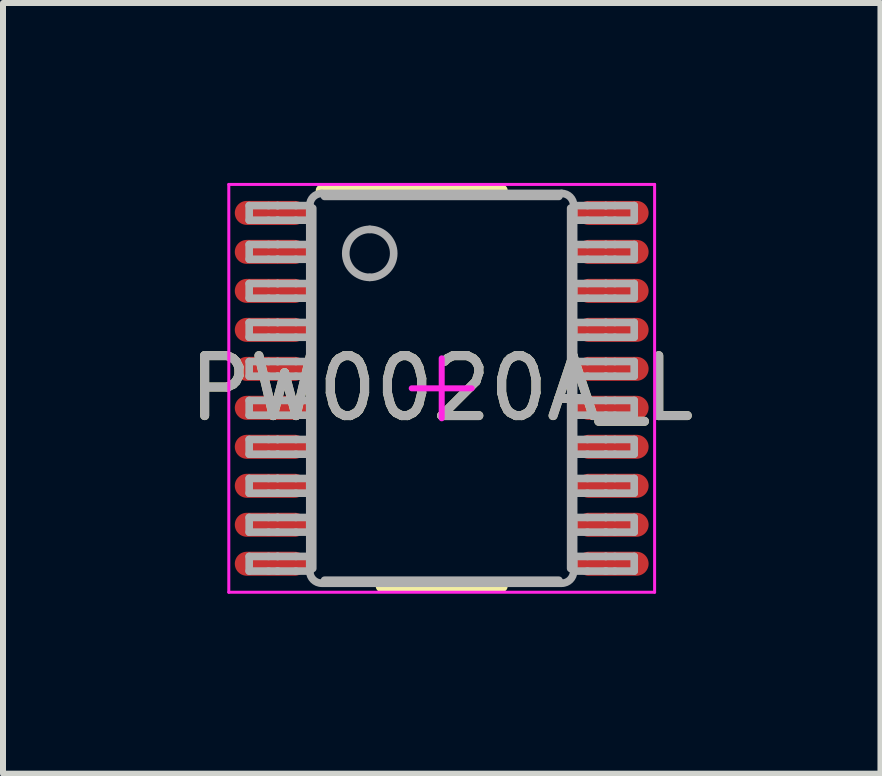
<source format=kicad_pcb>
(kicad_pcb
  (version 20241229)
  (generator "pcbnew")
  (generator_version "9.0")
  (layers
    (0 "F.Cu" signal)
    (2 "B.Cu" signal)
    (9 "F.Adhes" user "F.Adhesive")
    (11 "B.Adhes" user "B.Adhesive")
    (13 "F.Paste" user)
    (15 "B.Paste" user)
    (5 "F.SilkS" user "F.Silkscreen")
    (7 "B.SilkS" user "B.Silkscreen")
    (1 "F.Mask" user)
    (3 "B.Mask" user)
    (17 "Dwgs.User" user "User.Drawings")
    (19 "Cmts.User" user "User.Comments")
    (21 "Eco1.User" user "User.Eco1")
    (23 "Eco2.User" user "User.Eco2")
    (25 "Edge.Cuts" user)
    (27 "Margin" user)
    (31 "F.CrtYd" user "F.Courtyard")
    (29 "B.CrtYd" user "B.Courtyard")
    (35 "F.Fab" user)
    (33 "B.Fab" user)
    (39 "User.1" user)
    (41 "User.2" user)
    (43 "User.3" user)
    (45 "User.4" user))
  (footprint "PW0020A_L"
    (layer "F.Cu")
    (at 4.315 3.425)
    (property "Reference" "PW0020A_L" (at 0 0 0) (unlocked yes) (layer "F.SilkS") (effects (font (size 1 1) (thickness 0.15))))
    (attr smd)
    (fp_line (start -2 -3.3) (end 1 -3.3) (stroke (width 0.2) (type solid)) (layer "F.SilkS"))
    (fp_line (start -1 3.3) (end 1 3.3) (stroke (width 0.2) (type solid)) (layer "F.SilkS"))
    (fp_line (start -3.55 -3.4) (end 3.55 -3.4) (stroke (width 0.05) (type solid)) (layer "F.CrtYd"))
    (fp_line (start -3.55 3.4) (end -3.55 -3.4) (stroke (width 0.05) (type solid)) (layer "F.CrtYd"))
    (fp_line (start -3.55 3.4) (end 3.55 3.4) (stroke (width 0.05) (type solid)) (layer "F.CrtYd"))
    (fp_line (start -0.5 0) (end 0.5 0) (stroke (width 0.1) (type solid)) (layer "F.CrtYd"))
    (fp_line (start 0 0.5) (end 0 -0.5) (stroke (width 0.1) (type solid)) (layer "F.CrtYd"))
    (fp_line (start 3.55 3.4) (end 3.55 -3.4) (stroke (width 0.05) (type solid)) (layer "F.CrtYd"))
    (fp_line (start -3.21 -3.047) (end -2.887 -3.047) (stroke (width 0.127) (type solid)) (layer "F.Fab"))
    (fp_line (start -3.21 -2.803) (end -3.21 -3.047) (stroke (width 0.127) (type solid)) (layer "F.Fab"))
    (fp_line (start -3.21 -2.803) (end -2.887 -2.803) (stroke (width 0.127) (type solid)) (layer "F.Fab"))
    (fp_line (start -3.21 -2.398) (end -2.887 -2.398) (stroke (width 0.127) (type solid)) (layer "F.Fab"))
    (fp_line (start -3.21 -2.152) (end -3.21 -2.398) (stroke (width 0.127) (type solid)) (layer "F.Fab"))
    (fp_line (start -3.21 -2.152) (end -2.887 -2.152) (stroke (width 0.127) (type solid)) (layer "F.Fab"))
    (fp_line (start -3.21 -1.747) (end -2.887 -1.747) (stroke (width 0.127) (type solid)) (layer "F.Fab"))
    (fp_line (start -3.21 -1.503) (end -3.21 -1.747) (stroke (width 0.127) (type solid)) (layer "F.Fab"))
    (fp_line (start -3.21 -1.503) (end -2.887 -1.503) (stroke (width 0.127) (type solid)) (layer "F.Fab"))
    (fp_line (start -3.21 -1.098) (end -2.887 -1.098) (stroke (width 0.127) (type solid)) (layer "F.Fab"))
    (fp_line (start -3.21 -0.852) (end -3.21 -1.098) (stroke (width 0.127) (type solid)) (layer "F.Fab"))
    (fp_line (start -3.21 -0.852) (end -2.887 -0.852) (stroke (width 0.127) (type solid)) (layer "F.Fab"))
    (fp_line (start -3.21 -0.447) (end -2.887 -0.447) (stroke (width 0.127) (type solid)) (layer "F.Fab"))
    (fp_line (start -3.21 -0.202) (end -3.21 -0.447) (stroke (width 0.127) (type solid)) (layer "F.Fab"))
    (fp_line (start -3.21 -0.202) (end -2.887 -0.202) (stroke (width 0.127) (type solid)) (layer "F.Fab"))
    (fp_line (start -3.21 0.202) (end -2.887 0.202) (stroke (width 0.127) (type solid)) (layer "F.Fab"))
    (fp_line (start -3.21 0.448) (end -3.21 0.202) (stroke (width 0.127) (type solid)) (layer "F.Fab"))
    (fp_line (start -3.21 0.448) (end -2.887 0.448) (stroke (width 0.127) (type solid)) (layer "F.Fab"))
    (fp_line (start -3.21 0.853) (end -2.887 0.853) (stroke (width 0.127) (type solid)) (layer "F.Fab"))
    (fp_line (start -3.21 1.098) (end -3.21 0.853) (stroke (width 0.127) (type solid)) (layer "F.Fab"))
    (fp_line (start -3.21 1.098) (end -2.887 1.098) (stroke (width 0.127) (type solid)) (layer "F.Fab"))
    (fp_line (start -3.21 1.503) (end -2.887 1.503) (stroke (width 0.127) (type solid)) (layer "F.Fab"))
    (fp_line (start -3.21 1.748) (end -3.21 1.503) (stroke (width 0.127) (type solid)) (layer "F.Fab"))
    (fp_line (start -3.21 1.748) (end -2.887 1.748) (stroke (width 0.127) (type solid)) (layer "F.Fab"))
    (fp_line (start -3.21 2.153) (end -2.887 2.153) (stroke (width 0.127) (type solid)) (layer "F.Fab"))
    (fp_line (start -3.21 2.398) (end -3.21 2.153) (stroke (width 0.127) (type solid)) (layer "F.Fab"))
    (fp_line (start -3.21 2.398) (end -2.887 2.398) (stroke (width 0.127) (type solid)) (layer "F.Fab"))
    (fp_line (start -3.21 2.803) (end -2.887 2.803) (stroke (width 0.127) (type solid)) (layer "F.Fab"))
    (fp_line (start -3.21 3.047) (end -3.21 2.803) (stroke (width 0.127) (type solid)) (layer "F.Fab"))
    (fp_line (start -3.21 3.047) (end -2.887 3.047) (stroke (width 0.127) (type solid)) (layer "F.Fab"))
    (fp_line (start -2.887 -3.047) (end -2.739 -3.047) (stroke (width 0.127) (type solid)) (layer "F.Fab"))
    (fp_line (start -2.887 -2.803) (end -2.739 -2.803) (stroke (width 0.127) (type solid)) (layer "F.Fab"))
    (fp_line (start -2.887 -2.398) (end -2.739 -2.398) (stroke (width 0.127) (type solid)) (layer "F.Fab"))
    (fp_line (start -2.887 -2.152) (end -2.739 -2.152) (stroke (width 0.127) (type solid)) (layer "F.Fab"))
    (fp_line (start -2.887 -1.747) (end -2.739 -1.747) (stroke (width 0.127) (type solid)) (layer "F.Fab"))
    (fp_line (start -2.887 -1.503) (end -2.739 -1.503) (stroke (width 0.127) (type solid)) (layer "F.Fab"))
    (fp_line (start -2.887 -1.098) (end -2.739 -1.098) (stroke (width 0.127) (type solid)) (layer "F.Fab"))
    (fp_line (start -2.887 -0.852) (end -2.739 -0.852) (stroke (width 0.127) (type solid)) (layer "F.Fab"))
    (fp_line (start -2.887 -0.447) (end -2.739 -0.447) (stroke (width 0.127) (type solid)) (layer "F.Fab"))
    (fp_line (start -2.887 -0.202) (end -2.739 -0.202) (stroke (width 0.127) (type solid)) (layer "F.Fab"))
    (fp_line (start -2.887 0.202) (end -2.739 0.202) (stroke (width 0.127) (type solid)) (layer "F.Fab"))
    (fp_line (start -2.887 0.448) (end -2.739 0.448) (stroke (width 0.127) (type solid)) (layer "F.Fab"))
    (fp_line (start -2.887 0.853) (end -2.739 0.853) (stroke (width 0.127) (type solid)) (layer "F.Fab"))
    (fp_line (start -2.887 1.098) (end -2.739 1.098) (stroke (width 0.127) (type solid)) (layer "F.Fab"))
    (fp_line (start -2.887 1.503) (end -2.739 1.503) (stroke (width 0.127) (type solid)) (layer "F.Fab"))
    (fp_line (start -2.887 1.748) (end -2.739 1.748) (stroke (width 0.127) (type solid)) (layer "F.Fab"))
    (fp_line (start -2.887 2.153) (end -2.739 2.153) (stroke (width 0.127) (type solid)) (layer "F.Fab"))
    (fp_line (start -2.887 2.398) (end -2.739 2.398) (stroke (width 0.127) (type solid)) (layer "F.Fab"))
    (fp_line (start -2.887 2.803) (end -2.739 2.803) (stroke (width 0.127) (type solid)) (layer "F.Fab"))
    (fp_line (start -2.887 3.047) (end -2.739 3.047) (stroke (width 0.127) (type solid)) (layer "F.Fab"))
    (fp_line (start -2.739 -3.047) (end -2.733 -3.047) (stroke (width 0.127) (type solid)) (layer "F.Fab"))
    (fp_line (start -2.739 -2.803) (end -2.733 -2.803) (stroke (width 0.127) (type solid)) (layer "F.Fab"))
    (fp_line (start -2.739 -2.398) (end -2.733 -2.398) (stroke (width 0.127) (type solid)) (layer "F.Fab"))
    (fp_line (start -2.739 -2.152) (end -2.733 -2.152) (stroke (width 0.127) (type solid)) (layer "F.Fab"))
    (fp_line (start -2.739 -1.747) (end -2.733 -1.747) (stroke (width 0.127) (type solid)) (layer "F.Fab"))
    (fp_line (start -2.739 -1.503) (end -2.733 -1.503) (stroke (width 0.127) (type solid)) (layer "F.Fab"))
    (fp_line (start -2.739 -1.098) (end -2.733 -1.098) (stroke (width 0.127) (type solid)) (layer "F.Fab"))
    (fp_line (start -2.739 -0.852) (end -2.733 -0.852) (stroke (width 0.127) (type solid)) (layer "F.Fab"))
    (fp_line (start -2.739 -0.447) (end -2.733 -0.447) (stroke (width 0.127) (type solid)) (layer "F.Fab"))
    (fp_line (start -2.739 -0.202) (end -2.733 -0.202) (stroke (width 0.127) (type solid)) (layer "F.Fab"))
    (fp_line (start -2.739 0.202) (end -2.733 0.202) (stroke (width 0.127) (type solid)) (layer "F.Fab"))
    (fp_line (start -2.739 0.448) (end -2.733 0.448) (stroke (width 0.127) (type solid)) (layer "F.Fab"))
    (fp_line (start -2.739 0.853) (end -2.733 0.853) (stroke (width 0.127) (type solid)) (layer "F.Fab"))
    (fp_line (start -2.739 1.098) (end -2.733 1.098) (stroke (width 0.127) (type solid)) (layer "F.Fab"))
    (fp_line (start -2.739 1.503) (end -2.733 1.503) (stroke (width 0.127) (type solid)) (layer "F.Fab"))
    (fp_line (start -2.739 1.748) (end -2.733 1.748) (stroke (width 0.127) (type solid)) (layer "F.Fab"))
    (fp_line (start -2.739 2.153) (end -2.733 2.153) (stroke (width 0.127) (type solid)) (layer "F.Fab"))
    (fp_line (start -2.739 2.398) (end -2.733 2.398) (stroke (width 0.127) (type solid)) (layer "F.Fab"))
    (fp_line (start -2.739 2.803) (end -2.733 2.803) (stroke (width 0.127) (type solid)) (layer "F.Fab"))
    (fp_line (start -2.739 3.047) (end -2.733 3.047) (stroke (width 0.127) (type solid)) (layer "F.Fab"))
    (fp_line (start -2.733 -3.047) (end -2.431 -3.047) (stroke (width 0.127) (type solid)) (layer "F.Fab"))
    (fp_line (start -2.733 -2.803) (end -2.431 -2.803) (stroke (width 0.127) (type solid)) (layer "F.Fab"))
    (fp_line (start -2.733 -2.398) (end -2.431 -2.398) (stroke (width 0.127) (type solid)) (layer "F.Fab"))
    (fp_line (start -2.733 -2.152) (end -2.431 -2.152) (stroke (width 0.127) (type solid)) (layer "F.Fab"))
    (fp_line (start -2.733 -1.747) (end -2.431 -1.747) (stroke (width 0.127) (type solid)) (layer "F.Fab"))
    (fp_line (start -2.733 -1.503) (end -2.431 -1.503) (stroke (width 0.127) (type solid)) (layer "F.Fab"))
    (fp_line (start -2.733 -1.098) (end -2.431 -1.098) (stroke (width 0.127) (type solid)) (layer "F.Fab"))
    (fp_line (start -2.733 -0.852) (end -2.431 -0.852) (stroke (width 0.127) (type solid)) (layer "F.Fab"))
    (fp_line (start -2.733 -0.447) (end -2.431 -0.447) (stroke (width 0.127) (type solid)) (layer "F.Fab"))
    (fp_line (start -2.733 -0.202) (end -2.431 -0.202) (stroke (width 0.127) (type solid)) (layer "F.Fab"))
    (fp_line (start -2.733 0.202) (end -2.431 0.202) (stroke (width 0.127) (type solid)) (layer "F.Fab"))
    (fp_line (start -2.733 0.448) (end -2.431 0.448) (stroke (width 0.127) (type solid)) (layer "F.Fab"))
    (fp_line (start -2.733 0.853) (end -2.431 0.853) (stroke (width 0.127) (type solid)) (layer "F.Fab"))
    (fp_line (start -2.733 1.098) (end -2.431 1.098) (stroke (width 0.127) (type solid)) (layer "F.Fab"))
    (fp_line (start -2.733 1.503) (end -2.431 1.503) (stroke (width 0.127) (type solid)) (layer "F.Fab"))
    (fp_line (start -2.733 1.748) (end -2.431 1.748) (stroke (width 0.127) (type solid)) (layer "F.Fab"))
    (fp_line (start -2.733 2.153) (end -2.431 2.153) (stroke (width 0.127) (type solid)) (layer "F.Fab"))
    (fp_line (start -2.733 2.398) (end -2.431 2.398) (stroke (width 0.127) (type solid)) (layer "F.Fab"))
    (fp_line (start -2.733 2.803) (end -2.431 2.803) (stroke (width 0.127) (type solid)) (layer "F.Fab"))
    (fp_line (start -2.733 3.047) (end -2.431 3.047) (stroke (width 0.127) (type solid)) (layer "F.Fab"))
    (fp_line (start -2.431 -3.047) (end -2.2 -3.047) (stroke (width 0.127) (type solid)) (layer "F.Fab"))
    (fp_line (start -2.431 -2.803) (end -2.2 -2.803) (stroke (width 0.127) (type solid)) (layer "F.Fab"))
    (fp_line (start -2.431 -2.398) (end -2.2 -2.398) (stroke (width 0.127) (type solid)) (layer "F.Fab"))
    (fp_line (start -2.431 -2.152) (end -2.2 -2.152) (stroke (width 0.127) (type solid)) (layer "F.Fab"))
    (fp_line (start -2.431 -1.747) (end -2.2 -1.747) (stroke (width 0.127) (type solid)) (layer "F.Fab"))
    (fp_line (start -2.431 -1.503) (end -2.2 -1.503) (stroke (width 0.127) (type solid)) (layer "F.Fab"))
    (fp_line (start -2.431 -1.098) (end -2.2 -1.098) (stroke (width 0.127) (type solid)) (layer "F.Fab"))
    (fp_line (start -2.431 -0.852) (end -2.2 -0.852) (stroke (width 0.127) (type solid)) (layer "F.Fab"))
    (fp_line (start -2.431 -0.447) (end -2.2 -0.447) (stroke (width 0.127) (type solid)) (layer "F.Fab"))
    (fp_line (start -2.431 -0.202) (end -2.2 -0.202) (stroke (width 0.127) (type solid)) (layer "F.Fab"))
    (fp_line (start -2.431 0.202) (end -2.2 0.202) (stroke (width 0.127) (type solid)) (layer "F.Fab"))
    (fp_line (start -2.431 0.448) (end -2.2 0.448) (stroke (width 0.127) (type solid)) (layer "F.Fab"))
    (fp_line (start -2.431 0.853) (end -2.2 0.853) (stroke (width 0.127) (type solid)) (layer "F.Fab"))
    (fp_line (start -2.431 1.098) (end -2.2 1.098) (stroke (width 0.127) (type solid)) (layer "F.Fab"))
    (fp_line (start -2.431 1.503) (end -2.2 1.503) (stroke (width 0.127) (type solid)) (layer "F.Fab"))
    (fp_line (start -2.431 1.748) (end -2.2 1.748) (stroke (width 0.127) (type solid)) (layer "F.Fab"))
    (fp_line (start -2.431 2.153) (end -2.2 2.153) (stroke (width 0.127) (type solid)) (layer "F.Fab"))
    (fp_line (start -2.431 2.398) (end -2.2 2.398) (stroke (width 0.127) (type solid)) (layer "F.Fab"))
    (fp_line (start -2.431 2.803) (end -2.2 2.803) (stroke (width 0.127) (type solid)) (layer "F.Fab"))
    (fp_line (start -2.431 3.047) (end -2.2 3.047) (stroke (width 0.127) (type solid)) (layer "F.Fab"))
    (fp_line (start -2.2 -2.803) (end -2.2 -3.047) (stroke (width 0.127) (type solid)) (layer "F.Fab"))
    (fp_line (start -2.2 -2.152) (end -2.2 -2.398) (stroke (width 0.127) (type solid)) (layer "F.Fab"))
    (fp_line (start -2.2 -1.503) (end -2.2 -1.747) (stroke (width 0.127) (type solid)) (layer "F.Fab"))
    (fp_line (start -2.2 -0.852) (end -2.2 -1.098) (stroke (width 0.127) (type solid)) (layer "F.Fab"))
    (fp_line (start -2.2 -0.202) (end -2.2 -0.447) (stroke (width 0.127) (type solid)) (layer "F.Fab"))
    (fp_line (start -2.2 0.448) (end -2.2 0.202) (stroke (width 0.127) (type solid)) (layer "F.Fab"))
    (fp_line (start -2.2 1.098) (end -2.2 0.853) (stroke (width 0.127) (type solid)) (layer "F.Fab"))
    (fp_line (start -2.2 1.748) (end -2.2 1.503) (stroke (width 0.127) (type solid)) (layer "F.Fab"))
    (fp_line (start -2.2 2.398) (end -2.2 2.153) (stroke (width 0.127) (type solid)) (layer "F.Fab"))
    (fp_line (start -2.2 3.047) (end -2.2 2.803) (stroke (width 0.127) (type solid)) (layer "F.Fab"))
    (fp_line (start -2.2 3.05) (end -2.2 -3.05) (stroke (width 0.127) (type solid)) (layer "F.Fab"))
    (fp_line (start -2.15 3.004) (end -2.15 -3.004) (stroke (width 0.127) (type solid)) (layer "F.Fab"))
    (fp_line (start -2 -3.25) (end 2 -3.25) (stroke (width 0.127) (type solid)) (layer "F.Fab"))
    (fp_line (start -2 3.25) (end 2 3.25) (stroke (width 0.127) (type solid)) (layer "F.Fab"))
    (fp_line (start -1.954 -3.2) (end 1.954 -3.2) (stroke (width 0.127) (type solid)) (layer "F.Fab"))
    (fp_line (start -1.954 3.2) (end 1.954 3.2) (stroke (width 0.127) (type solid)) (layer "F.Fab"))
    (fp_line (start 2.15 3.004) (end 2.15 -3.004) (stroke (width 0.127) (type solid)) (layer "F.Fab"))
    (fp_line (start 2.2 -3.047) (end 2.43 -3.047) (stroke (width 0.127) (type solid)) (layer "F.Fab"))
    (fp_line (start 2.2 -2.803) (end 2.2 -3.047) (stroke (width 0.127) (type solid)) (layer "F.Fab"))
    (fp_line (start 2.2 -2.803) (end 2.43 -2.803) (stroke (width 0.127) (type solid)) (layer "F.Fab"))
    (fp_line (start 2.2 -2.398) (end 2.43 -2.398) (stroke (width 0.127) (type solid)) (layer "F.Fab"))
    (fp_line (start 2.2 -2.152) (end 2.2 -2.398) (stroke (width 0.127) (type solid)) (layer "F.Fab"))
    (fp_line (start 2.2 -2.152) (end 2.43 -2.152) (stroke (width 0.127) (type solid)) (layer "F.Fab"))
    (fp_line (start 2.2 -1.747) (end 2.43 -1.747) (stroke (width 0.127) (type solid)) (layer "F.Fab"))
    (fp_line (start 2.2 -1.503) (end 2.2 -1.747) (stroke (width 0.127) (type solid)) (layer "F.Fab"))
    (fp_line (start 2.2 -1.503) (end 2.43 -1.503) (stroke (width 0.127) (type solid)) (layer "F.Fab"))
    (fp_line (start 2.2 -1.098) (end 2.43 -1.098) (stroke (width 0.127) (type solid)) (layer "F.Fab"))
    (fp_line (start 2.2 -0.852) (end 2.2 -1.098) (stroke (width 0.127) (type solid)) (layer "F.Fab"))
    (fp_line (start 2.2 -0.852) (end 2.43 -0.852) (stroke (width 0.127) (type solid)) (layer "F.Fab"))
    (fp_line (start 2.2 -0.447) (end 2.43 -0.447) (stroke (width 0.127) (type solid)) (layer "F.Fab"))
    (fp_line (start 2.2 -0.202) (end 2.2 -0.447) (stroke (width 0.127) (type solid)) (layer "F.Fab"))
    (fp_line (start 2.2 -0.202) (end 2.43 -0.202) (stroke (width 0.127) (type solid)) (layer "F.Fab"))
    (fp_line (start 2.2 0.202) (end 2.43 0.202) (stroke (width 0.127) (type solid)) (layer "F.Fab"))
    (fp_line (start 2.2 0.448) (end 2.2 0.202) (stroke (width 0.127) (type solid)) (layer "F.Fab"))
    (fp_line (start 2.2 0.448) (end 2.43 0.448) (stroke (width 0.127) (type solid)) (layer "F.Fab"))
    (fp_line (start 2.2 0.853) (end 2.43 0.853) (stroke (width 0.127) (type solid)) (layer "F.Fab"))
    (fp_line (start 2.2 1.098) (end 2.2 0.853) (stroke (width 0.127) (type solid)) (layer "F.Fab"))
    (fp_line (start 2.2 1.098) (end 2.43 1.098) (stroke (width 0.127) (type solid)) (layer "F.Fab"))
    (fp_line (start 2.2 1.503) (end 2.43 1.503) (stroke (width 0.127) (type solid)) (layer "F.Fab"))
    (fp_line (start 2.2 1.748) (end 2.2 1.503) (stroke (width 0.127) (type solid)) (layer "F.Fab"))
    (fp_line (start 2.2 1.748) (end 2.43 1.748) (stroke (width 0.127) (type solid)) (layer "F.Fab"))
    (fp_line (start 2.2 2.153) (end 2.43 2.153) (stroke (width 0.127) (type solid)) (layer "F.Fab"))
    (fp_line (start 2.2 2.398) (end 2.2 2.153) (stroke (width 0.127) (type solid)) (layer "F.Fab"))
    (fp_line (start 2.2 2.398) (end 2.43 2.398) (stroke (width 0.127) (type solid)) (layer "F.Fab"))
    (fp_line (start 2.2 2.803) (end 2.43 2.803) (stroke (width 0.127) (type solid)) (layer "F.Fab"))
    (fp_line (start 2.2 3.047) (end 2.2 2.803) (stroke (width 0.127) (type solid)) (layer "F.Fab"))
    (fp_line (start 2.2 3.047) (end 2.43 3.047) (stroke (width 0.127) (type solid)) (layer "F.Fab"))
    (fp_line (start 2.2 3.05) (end 2.2 -3.05) (stroke (width 0.127) (type solid)) (layer "F.Fab"))
    (fp_line (start 2.43 -3.047) (end 2.733 -3.047) (stroke (width 0.127) (type solid)) (layer "F.Fab"))
    (fp_line (start 2.43 -2.803) (end 2.733 -2.803) (stroke (width 0.127) (type solid)) (layer "F.Fab"))
    (fp_line (start 2.43 -2.398) (end 2.733 -2.398) (stroke (width 0.127) (type solid)) (layer "F.Fab"))
    (fp_line (start 2.43 -2.152) (end 2.733 -2.152) (stroke (width 0.127) (type solid)) (layer "F.Fab"))
    (fp_line (start 2.43 -1.747) (end 2.733 -1.747) (stroke (width 0.127) (type solid)) (layer "F.Fab"))
    (fp_line (start 2.43 -1.503) (end 2.733 -1.503) (stroke (width 0.127) (type solid)) (layer "F.Fab"))
    (fp_line (start 2.43 -1.098) (end 2.733 -1.098) (stroke (width 0.127) (type solid)) (layer "F.Fab"))
    (fp_line (start 2.43 -0.852) (end 2.733 -0.852) (stroke (width 0.127) (type solid)) (layer "F.Fab"))
    (fp_line (start 2.43 -0.447) (end 2.733 -0.447) (stroke (width 0.127) (type solid)) (layer "F.Fab"))
    (fp_line (start 2.43 -0.202) (end 2.733 -0.202) (stroke (width 0.127) (type solid)) (layer "F.Fab"))
    (fp_line (start 2.43 0.202) (end 2.733 0.202) (stroke (width 0.127) (type solid)) (layer "F.Fab"))
    (fp_line (start 2.43 0.448) (end 2.733 0.448) (stroke (width 0.127) (type solid)) (layer "F.Fab"))
    (fp_line (start 2.43 0.853) (end 2.733 0.853) (stroke (width 0.127) (type solid)) (layer "F.Fab"))
    (fp_line (start 2.43 1.098) (end 2.733 1.098) (stroke (width 0.127) (type solid)) (layer "F.Fab"))
    (fp_line (start 2.43 1.503) (end 2.733 1.503) (stroke (width 0.127) (type solid)) (layer "F.Fab"))
    (fp_line (start 2.43 1.748) (end 2.733 1.748) (stroke (width 0.127) (type solid)) (layer "F.Fab"))
    (fp_line (start 2.43 2.153) (end 2.733 2.153) (stroke (width 0.127) (type solid)) (layer "F.Fab"))
    (fp_line (start 2.43 2.398) (end 2.733 2.398) (stroke (width 0.127) (type solid)) (layer "F.Fab"))
    (fp_line (start 2.43 2.803) (end 2.733 2.803) (stroke (width 0.127) (type solid)) (layer "F.Fab"))
    (fp_line (start 2.43 3.047) (end 2.733 3.047) (stroke (width 0.127) (type solid)) (layer "F.Fab"))
    (fp_line (start 2.733 -3.047) (end 2.739 -3.047) (stroke (width 0.127) (type solid)) (layer "F.Fab"))
    (fp_line (start 2.733 -2.803) (end 2.739 -2.803) (stroke (width 0.127) (type solid)) (layer "F.Fab"))
    (fp_line (start 2.733 -2.398) (end 2.739 -2.398) (stroke (width 0.127) (type solid)) (layer "F.Fab"))
    (fp_line (start 2.733 -2.152) (end 2.739 -2.152) (stroke (width 0.127) (type solid)) (layer "F.Fab"))
    (fp_line (start 2.733 -1.747) (end 2.739 -1.747) (stroke (width 0.127) (type solid)) (layer "F.Fab"))
    (fp_line (start 2.733 -1.503) (end 2.739 -1.503) (stroke (width 0.127) (type solid)) (layer "F.Fab"))
    (fp_line (start 2.733 -1.098) (end 2.739 -1.098) (stroke (width 0.127) (type solid)) (layer "F.Fab"))
    (fp_line (start 2.733 -0.852) (end 2.739 -0.852) (stroke (width 0.127) (type solid)) (layer "F.Fab"))
    (fp_line (start 2.733 -0.447) (end 2.739 -0.447) (stroke (width 0.127) (type solid)) (layer "F.Fab"))
    (fp_line (start 2.733 -0.202) (end 2.739 -0.202) (stroke (width 0.127) (type solid)) (layer "F.Fab"))
    (fp_line (start 2.733 0.202) (end 2.739 0.202) (stroke (width 0.127) (type solid)) (layer "F.Fab"))
    (fp_line (start 2.733 0.448) (end 2.739 0.448) (stroke (width 0.127) (type solid)) (layer "F.Fab"))
    (fp_line (start 2.733 0.853) (end 2.739 0.853) (stroke (width 0.127) (type solid)) (layer "F.Fab"))
    (fp_line (start 2.733 1.098) (end 2.739 1.098) (stroke (width 0.127) (type solid)) (layer "F.Fab"))
    (fp_line (start 2.733 1.503) (end 2.739 1.503) (stroke (width 0.127) (type solid)) (layer "F.Fab"))
    (fp_line (start 2.733 1.748) (end 2.739 1.748) (stroke (width 0.127) (type solid)) (layer "F.Fab"))
    (fp_line (start 2.733 2.153) (end 2.739 2.153) (stroke (width 0.127) (type solid)) (layer "F.Fab"))
    (fp_line (start 2.733 2.398) (end 2.739 2.398) (stroke (width 0.127) (type solid)) (layer "F.Fab"))
    (fp_line (start 2.733 2.803) (end 2.739 2.803) (stroke (width 0.127) (type solid)) (layer "F.Fab"))
    (fp_line (start 2.733 3.047) (end 2.739 3.047) (stroke (width 0.127) (type solid)) (layer "F.Fab"))
    (fp_line (start 2.739 -3.047) (end 2.887 -3.047) (stroke (width 0.127) (type solid)) (layer "F.Fab"))
    (fp_line (start 2.739 -2.803) (end 2.887 -2.803) (stroke (width 0.127) (type solid)) (layer "F.Fab"))
    (fp_line (start 2.739 -2.398) (end 2.887 -2.398) (stroke (width 0.127) (type solid)) (layer "F.Fab"))
    (fp_line (start 2.739 -2.152) (end 2.887 -2.152) (stroke (width 0.127) (type solid)) (layer "F.Fab"))
    (fp_line (start 2.739 -1.747) (end 2.887 -1.747) (stroke (width 0.127) (type solid)) (layer "F.Fab"))
    (fp_line (start 2.739 -1.503) (end 2.887 -1.503) (stroke (width 0.127) (type solid)) (layer "F.Fab"))
    (fp_line (start 2.739 -1.098) (end 2.887 -1.098) (stroke (width 0.127) (type solid)) (layer "F.Fab"))
    (fp_line (start 2.739 -0.852) (end 2.887 -0.852) (stroke (width 0.127) (type solid)) (layer "F.Fab"))
    (fp_line (start 2.739 -0.447) (end 2.887 -0.447) (stroke (width 0.127) (type solid)) (layer "F.Fab"))
    (fp_line (start 2.739 -0.202) (end 2.887 -0.202) (stroke (width 0.127) (type solid)) (layer "F.Fab"))
    (fp_line (start 2.739 0.202) (end 2.887 0.202) (stroke (width 0.127) (type solid)) (layer "F.Fab"))
    (fp_line (start 2.739 0.448) (end 2.887 0.448) (stroke (width 0.127) (type solid)) (layer "F.Fab"))
    (fp_line (start 2.739 0.853) (end 2.887 0.853) (stroke (width 0.127) (type solid)) (layer "F.Fab"))
    (fp_line (start 2.739 1.098) (end 2.887 1.098) (stroke (width 0.127) (type solid)) (layer "F.Fab"))
    (fp_line (start 2.739 1.503) (end 2.887 1.503) (stroke (width 0.127) (type solid)) (layer "F.Fab"))
    (fp_line (start 2.739 1.748) (end 2.887 1.748) (stroke (width 0.127) (type solid)) (layer "F.Fab"))
    (fp_line (start 2.739 2.153) (end 2.887 2.153) (stroke (width 0.127) (type solid)) (layer "F.Fab"))
    (fp_line (start 2.739 2.398) (end 2.887 2.398) (stroke (width 0.127) (type solid)) (layer "F.Fab"))
    (fp_line (start 2.739 2.803) (end 2.887 2.803) (stroke (width 0.127) (type solid)) (layer "F.Fab"))
    (fp_line (start 2.739 3.047) (end 2.887 3.047) (stroke (width 0.127) (type solid)) (layer "F.Fab"))
    (fp_line (start 2.887 -3.047) (end 3.21 -3.047) (stroke (width 0.127) (type solid)) (layer "F.Fab"))
    (fp_line (start 2.887 -2.803) (end 3.21 -2.803) (stroke (width 0.127) (type solid)) (layer "F.Fab"))
    (fp_line (start 2.887 -2.398) (end 3.21 -2.398) (stroke (width 0.127) (type solid)) (layer "F.Fab"))
    (fp_line (start 2.887 -2.152) (end 3.21 -2.152) (stroke (width 0.127) (type solid)) (layer "F.Fab"))
    (fp_line (start 2.887 -1.747) (end 3.21 -1.747) (stroke (width 0.127) (type solid)) (layer "F.Fab"))
    (fp_line (start 2.887 -1.503) (end 3.21 -1.503) (stroke (width 0.127) (type solid)) (layer "F.Fab"))
    (fp_line (start 2.887 -1.098) (end 3.21 -1.098) (stroke (width 0.127) (type solid)) (layer "F.Fab"))
    (fp_line (start 2.887 -0.852) (end 3.21 -0.852) (stroke (width 0.127) (type solid)) (layer "F.Fab"))
    (fp_line (start 2.887 -0.447) (end 3.21 -0.447) (stroke (width 0.127) (type solid)) (layer "F.Fab"))
    (fp_line (start 2.887 -0.202) (end 3.21 -0.202) (stroke (width 0.127) (type solid)) (layer "F.Fab"))
    (fp_line (start 2.887 0.202) (end 3.21 0.202) (stroke (width 0.127) (type solid)) (layer "F.Fab"))
    (fp_line (start 2.887 0.448) (end 3.21 0.448) (stroke (width 0.127) (type solid)) (layer "F.Fab"))
    (fp_line (start 2.887 0.853) (end 3.21 0.853) (stroke (width 0.127) (type solid)) (layer "F.Fab"))
    (fp_line (start 2.887 1.098) (end 3.21 1.098) (stroke (width 0.127) (type solid)) (layer "F.Fab"))
    (fp_line (start 2.887 1.503) (end 3.21 1.503) (stroke (width 0.127) (type solid)) (layer "F.Fab"))
    (fp_line (start 2.887 1.748) (end 3.21 1.748) (stroke (width 0.127) (type solid)) (layer "F.Fab"))
    (fp_line (start 2.887 2.153) (end 3.21 2.153) (stroke (width 0.127) (type solid)) (layer "F.Fab"))
    (fp_line (start 2.887 2.398) (end 3.21 2.398) (stroke (width 0.127) (type solid)) (layer "F.Fab"))
    (fp_line (start 2.887 2.803) (end 3.21 2.803) (stroke (width 0.127) (type solid)) (layer "F.Fab"))
    (fp_line (start 2.887 3.047) (end 3.21 3.047) (stroke (width 0.127) (type solid)) (layer "F.Fab"))
    (fp_line (start 3.21 -2.803) (end 3.21 -3.047) (stroke (width 0.127) (type solid)) (layer "F.Fab"))
    (fp_line (start 3.21 -2.152) (end 3.21 -2.398) (stroke (width 0.127) (type solid)) (layer "F.Fab"))
    (fp_line (start 3.21 -1.503) (end 3.21 -1.747) (stroke (width 0.127) (type solid)) (layer "F.Fab"))
    (fp_line (start 3.21 -0.852) (end 3.21 -1.098) (stroke (width 0.127) (type solid)) (layer "F.Fab"))
    (fp_line (start 3.21 -0.202) (end 3.21 -0.447) (stroke (width 0.127) (type solid)) (layer "F.Fab"))
    (fp_line (start 3.21 0.448) (end 3.21 0.202) (stroke (width 0.127) (type solid)) (layer "F.Fab"))
    (fp_line (start 3.21 1.098) (end 3.21 0.853) (stroke (width 0.127) (type solid)) (layer "F.Fab"))
    (fp_line (start 3.21 1.748) (end 3.21 1.503) (stroke (width 0.127) (type solid)) (layer "F.Fab"))
    (fp_line (start 3.21 2.398) (end 3.21 2.153) (stroke (width 0.127) (type solid)) (layer "F.Fab"))
    (fp_line (start 3.21 3.047) (end 3.21 2.803) (stroke (width 0.127) (type solid)) (layer "F.Fab"))
    (fp_arc (start -2.200026 -3.050001) (mid -2.141435 -3.191428) (end -2.000001 -3.250001) (stroke (width 0.127) (type solid)) (layer "F.Fab"))
    (fp_arc (start -2.000001 3.250011) (mid -2.141435 3.191438) (end -2.200026 3.050012) (stroke (width 0.127) (type solid)) (layer "F.Fab"))
    (fp_arc (start -1.200003 -2.650002) (mid -0.800003 -2.250003) (end -1.200003 -1.850004) (stroke (width 0.127) (type solid)) (layer "F.Fab"))
    (fp_arc (start -1.200003 -1.850004) (mid -1.600002 -2.250003) (end -1.200003 -2.650002) (stroke (width 0.127) (type solid)) (layer "F.Fab"))
    (fp_arc (start 1.999991 -3.250001) (mid 2.141412 -3.191423) (end 2.199991 -3.050002) (stroke (width 0.127) (type solid)) (layer "F.Fab"))
    (fp_arc (start 2.199991 3.050012) (mid 2.141412 3.191433) (end 1.999991 3.250011) (stroke (width 0.127) (type solid)) (layer "F.Fab"))
    (fp_text user "${REFERENCE}" (at 0 0 0) (unlocked yes) (layer "F.Fab") (effects (font (size 1 1) (thickness 0.15))))
    (pad "1" smd oval (at -2.85 -2.925 90) (size 0.4 1.2) (layers "F.Cu" "F.Mask" "F.Paste"))
    (pad "2" smd oval (at -2.85 -2.275 90) (size 0.4 1.2) (layers "F.Cu" "F.Mask" "F.Paste"))
    (pad "3" smd oval (at -2.85 -1.625 90) (size 0.4 1.2) (layers "F.Cu" "F.Mask" "F.Paste"))
    (pad "4" smd oval (at -2.85 -0.975 90) (size 0.4 1.2) (layers "F.Cu" "F.Mask" "F.Paste"))
    (pad "5" smd oval (at -2.85 -0.325 90) (size 0.4 1.2) (layers "F.Cu" "F.Mask" "F.Paste"))
    (pad "6" smd oval (at -2.85 0.325 90) (size 0.4 1.2) (layers "F.Cu" "F.Mask" "F.Paste"))
    (pad "7" smd oval (at -2.85 0.975 90) (size 0.4 1.2) (layers "F.Cu" "F.Mask" "F.Paste"))
    (pad "8" smd oval (at -2.85 1.625 90) (size 0.4 1.2) (layers "F.Cu" "F.Mask" "F.Paste"))
    (pad "9" smd oval (at -2.85 2.275 90) (size 0.4 1.2) (layers "F.Cu" "F.Mask" "F.Paste"))
    (pad "10" smd oval (at -2.85 2.925 90) (size 0.4 1.2) (layers "F.Cu" "F.Mask" "F.Paste"))
    (pad "11" smd oval (at 2.85 2.925 90) (size 0.4 1.2) (layers "F.Cu" "F.Mask" "F.Paste"))
    (pad "12" smd oval (at 2.85 2.275 90) (size 0.4 1.2) (layers "F.Cu" "F.Mask" "F.Paste"))
    (pad "13" smd oval (at 2.85 1.625 90) (size 0.4 1.2) (layers "F.Cu" "F.Mask" "F.Paste"))
    (pad "14" smd oval (at 2.85 0.975 90) (size 0.4 1.2) (layers "F.Cu" "F.Mask" "F.Paste"))
    (pad "15" smd oval (at 2.85 0.325 90) (size 0.4 1.2) (layers "F.Cu" "F.Mask" "F.Paste"))
    (pad "16" smd oval (at 2.85 -0.325 90) (size 0.4 1.2) (layers "F.Cu" "F.Mask" "F.Paste"))
    (pad "17" smd oval (at 2.85 -0.975 90) (size 0.4 1.2) (layers "F.Cu" "F.Mask" "F.Paste"))
    (pad "18" smd oval (at 2.85 -1.625 90) (size 0.4 1.2) (layers "F.Cu" "F.Mask" "F.Paste"))
    (pad "19" smd oval (at 2.85 -2.275 90) (size 0.4 1.2) (layers "F.Cu" "F.Mask" "F.Paste"))
    (pad "20" smd oval (at 2.85 -2.925 90) (size 0.4 1.2) (layers "F.Cu" "F.Mask" "F.Paste")))
  (gr_rect
    (start -3 -3)
    (end 11.631 9.85)
    (stroke (width 0.1) (type default))
    (fill no)
    (layer "Edge.Cuts")))
</source>
